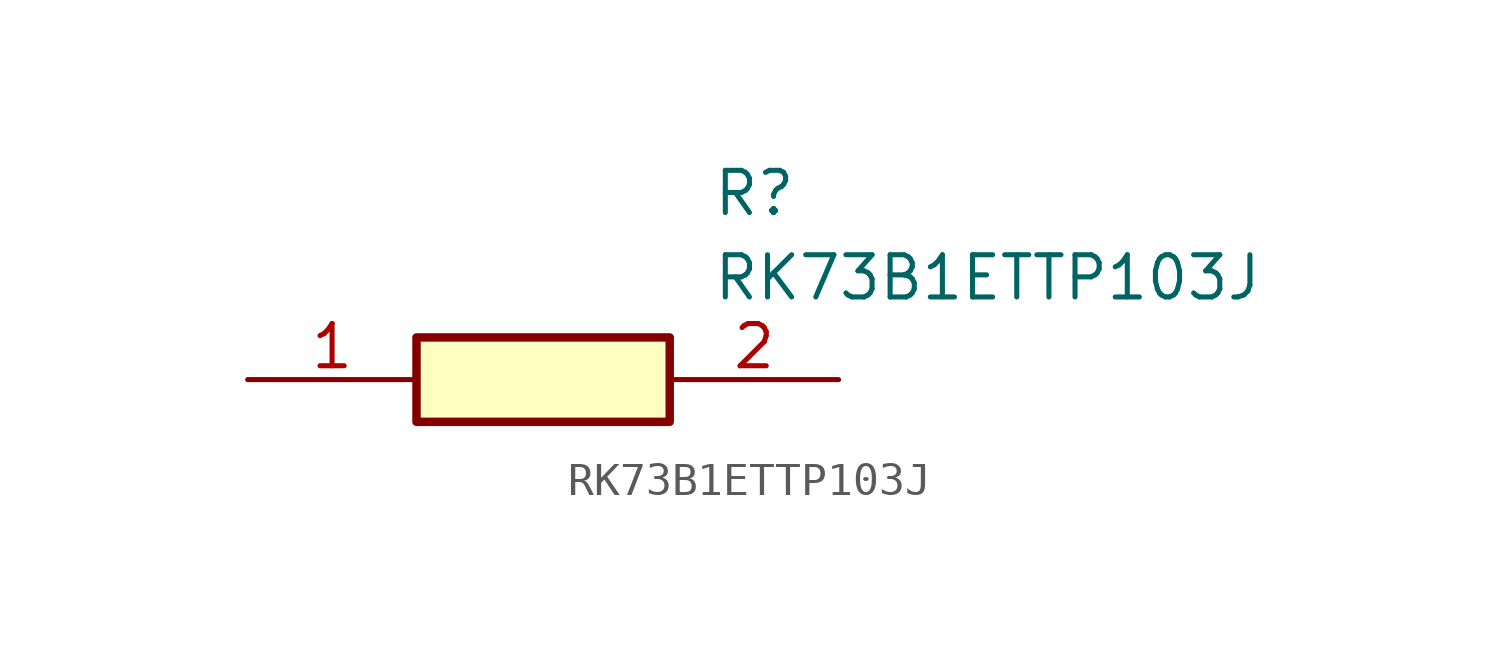
<source format=kicad_sym>
(kicad_symbol_lib
  (version 20211014)
  (generator SamacSys_ECAD_Model)
  (symbol "RK73B1ETTP103J"
    (pin_names hide)
    (property "Reference" "R"
      (at 13.97 6.35 0)
      (effects (font (size 1.27 1.27)) (justify left top)))
    (property "Value" "RK73B1ETTP103J"
      (at 13.97 3.81 0)
      (effects (font (size 1.27 1.27)) (justify left top)))
    (rectangle
      (start 5.08 1.27)
      (end 12.7 -1.27)
      (stroke (width 0.254) (type default))
      (fill (type background)))
    (pin passive line
      (at 0 0 0)
      (length 5.08)
      (name "1" (effects (font (size 1.27 1.27))))
      (number "1" (effects (font (size 1.27 1.27)))))
    (pin passive line
      (at 17.78 0 180)
      (length 5.08)
      (name "2" (effects (font (size 1.27 1.27))))
      (number "2" (effects (font (size 1.27 1.27)))))))
</source>
